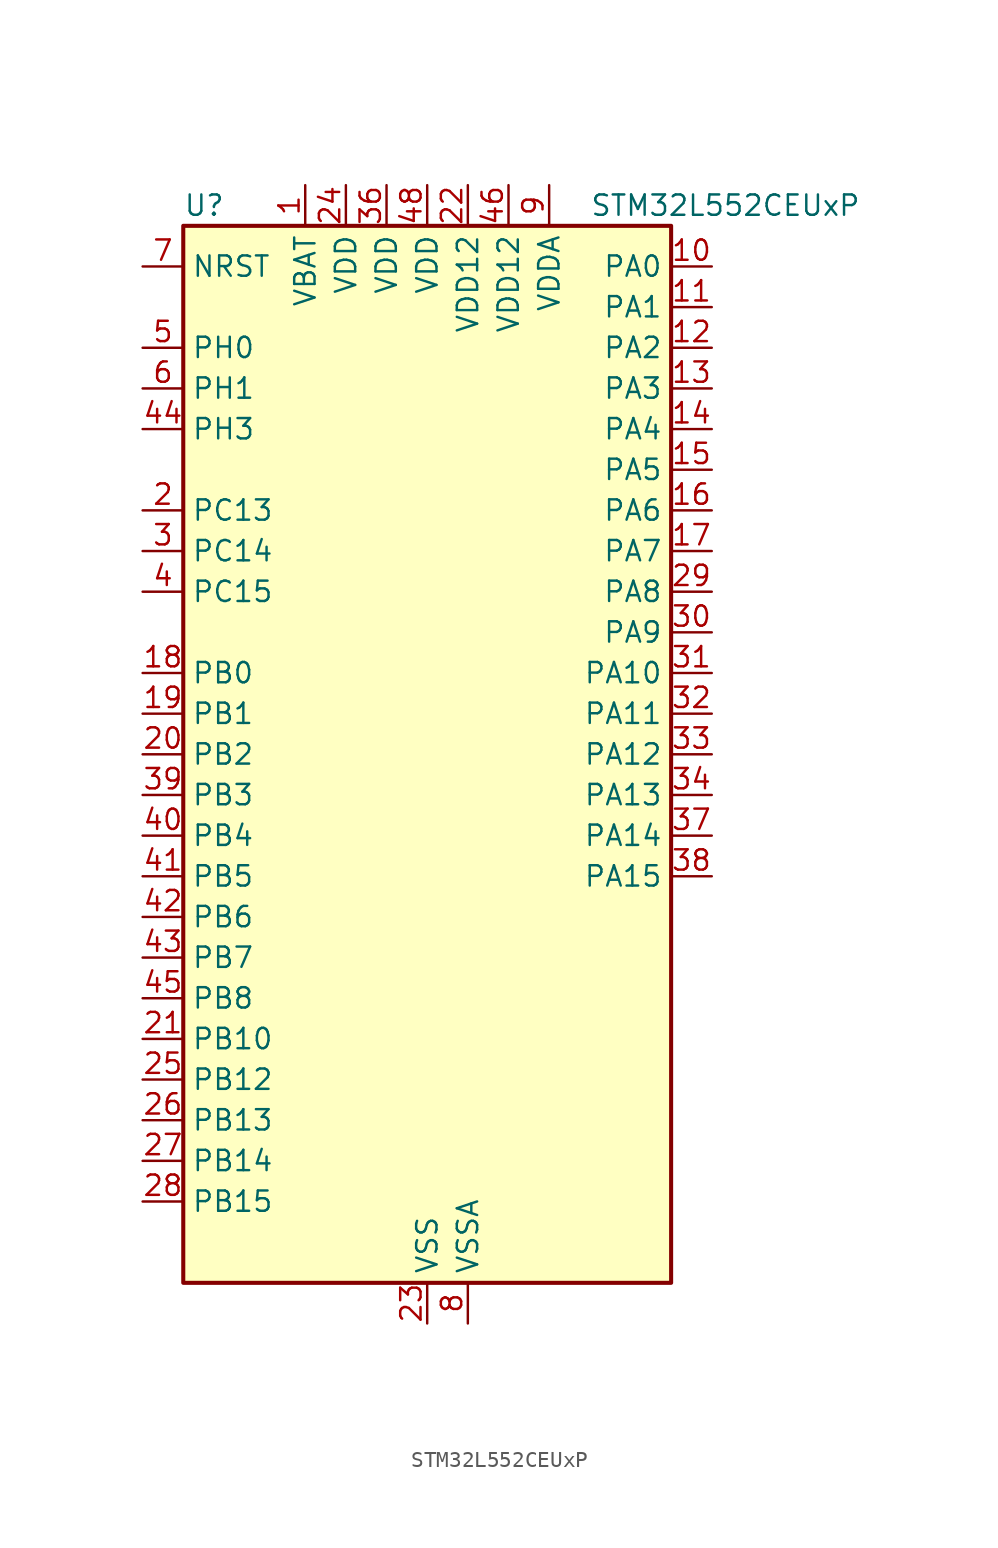
<source format=kicad_sym>
(kicad_symbol_lib
  (version 20231120)
  (generator "kicad_symbol_editor")
  (generator_version "8.0")
  (symbol "STM32L552CEUxP"
    (property "Reference" "U"
      (at -15.24 34.29 0)
      (effects (font (size 1.27 1.27)) (justify left)))
    (property "Value" "STM32L552CEUxP"
      (at 10.16 34.29 0)
      (effects (font (size 1.27 1.27)) (justify left)))
    (property "ki_locked" ""
      (at 0 0 0)
      (effects (font (size 1.27 1.27))))
    (symbol "STM32L552CEUxP_0_1"
      (rectangle (start -15.24 -33.02) (end 15.24 33.02) (stroke (width 0.254) (type default)) (fill (type background))))
    (symbol "STM32L552CEUxP_1_1"
      (pin power_in line (at -7.62 35.56 270) (length 2.54) (name "VBAT" (effects (font (size 1.27 1.27)))) (number "1" (effects (font (size 1.27 1.27)))))
      (pin bidirectional line (at 17.78 30.48 180) (length 2.54) (name "PA0" (effects (font (size 1.27 1.27)))) (number "10" (effects (font (size 1.27 1.27)))) (alternate "ADC1_IN5" bidirectional line) (alternate "ADC2_IN5" bidirectional line) (alternate "OPAMP1_VINP" bidirectional line) (alternate "PWR_WKUP1" bidirectional line) (alternate "SAI1_EXTCLK" bidirectional line) (alternate "TAMP_IN2" bidirectional line) (alternate "TAMP_OUT1" bidirectional line) (alternate "TIM2_CH1" bidirectional line) (alternate "TIM2_ETR" bidirectional line) (alternate "TIM5_CH1" bidirectional line) (alternate "TIM8_ETR" bidirectional line) (alternate "UART4_TX" bidirectional line) (alternate "USART2_CTS" bidirectional line) (alternate "USART2_NSS" bidirectional line))
      (pin bidirectional line (at 17.78 27.94 180) (length 2.54) (name "PA1" (effects (font (size 1.27 1.27)))) (number "11" (effects (font (size 1.27 1.27)))) (alternate "ADC1_IN6" bidirectional line) (alternate "ADC2_IN6" bidirectional line) (alternate "I2C1_SMBA" bidirectional line) (alternate "OCTOSPI1_DQS" bidirectional line) (alternate "OPAMP1_VINM" bidirectional line) (alternate "SPI1_SCK" bidirectional line) (alternate "TAMP_IN5" bidirectional line) (alternate "TAMP_OUT4" bidirectional line) (alternate "TIM15_CH1N" bidirectional line) (alternate "TIM2_CH2" bidirectional line) (alternate "TIM5_CH2" bidirectional line) (alternate "UART4_RX" bidirectional line) (alternate "USART2_DE" bidirectional line) (alternate "USART2_RTS" bidirectional line))
      (pin bidirectional line (at 17.78 25.4 180) (length 2.54) (name "PA2" (effects (font (size 1.27 1.27)))) (number "12" (effects (font (size 1.27 1.27)))) (alternate "ADC1_IN7" bidirectional line) (alternate "ADC2_IN7" bidirectional line) (alternate "COMP1_INP" bidirectional line) (alternate "LPUART1_TX" bidirectional line) (alternate "OCTOSPI1_NCS" bidirectional line) (alternate "PWR_WKUP4" bidirectional line) (alternate "RCC_LSCO" bidirectional line) (alternate "SAI2_EXTCLK" bidirectional line) (alternate "TIM15_CH1" bidirectional line) (alternate "TIM2_CH3" bidirectional line) (alternate "TIM5_CH3" bidirectional line) (alternate "UCPD1_FRSTX1" bidirectional line) (alternate "USART2_TX" bidirectional line))
      (pin bidirectional line (at 17.78 22.86 180) (length 2.54) (name "PA3" (effects (font (size 1.27 1.27)))) (number "13" (effects (font (size 1.27 1.27)))) (alternate "ADC1_IN8" bidirectional line) (alternate "ADC2_IN8" bidirectional line) (alternate "LPUART1_RX" bidirectional line) (alternate "OCTOSPI1_CLK" bidirectional line) (alternate "OPAMP1_VOUT" bidirectional line) (alternate "SAI1_CK1" bidirectional line) (alternate "SAI1_MCLK_A" bidirectional line) (alternate "TIM15_CH2" bidirectional line) (alternate "TIM2_CH4" bidirectional line) (alternate "TIM5_CH4" bidirectional line) (alternate "USART2_RX" bidirectional line))
      (pin bidirectional line (at 17.78 20.32 180) (length 2.54) (name "PA4" (effects (font (size 1.27 1.27)))) (number "14" (effects (font (size 1.27 1.27)))) (alternate "ADC1_IN9" bidirectional line) (alternate "ADC2_IN9" bidirectional line) (alternate "DAC1_OUT1" bidirectional line) (alternate "LPTIM2_OUT" bidirectional line) (alternate "OCTOSPI1_NCS" bidirectional line) (alternate "SAI1_FS_B" bidirectional line) (alternate "SPI1_NSS" bidirectional line) (alternate "SPI3_NSS" bidirectional line) (alternate "USART2_CK" bidirectional line))
      (pin bidirectional line (at 17.78 17.78 180) (length 2.54) (name "PA5" (effects (font (size 1.27 1.27)))) (number "15" (effects (font (size 1.27 1.27)))) (alternate "ADC1_IN10" bidirectional line) (alternate "ADC2_IN10" bidirectional line) (alternate "DAC1_OUT2" bidirectional line) (alternate "LPTIM2_ETR" bidirectional line) (alternate "SPI1_SCK" bidirectional line) (alternate "TIM2_CH1" bidirectional line) (alternate "TIM2_ETR" bidirectional line) (alternate "TIM8_CH1N" bidirectional line))
      (pin bidirectional line (at 17.78 15.24 180) (length 2.54) (name "PA6" (effects (font (size 1.27 1.27)))) (number "16" (effects (font (size 1.27 1.27)))) (alternate "ADC1_IN11" bidirectional line) (alternate "ADC2_IN11" bidirectional line) (alternate "LPUART1_CTS" bidirectional line) (alternate "OCTOSPI1_IO3" bidirectional line) (alternate "OPAMP2_VINP" bidirectional line) (alternate "SPI1_MISO" bidirectional line) (alternate "TIM16_CH1" bidirectional line) (alternate "TIM1_BKIN" bidirectional line) (alternate "TIM3_CH1" bidirectional line) (alternate "TIM8_BKIN" bidirectional line) (alternate "USART3_CTS" bidirectional line) (alternate "USART3_NSS" bidirectional line))
      (pin bidirectional line (at 17.78 12.7 180) (length 2.54) (name "PA7" (effects (font (size 1.27 1.27)))) (number "17" (effects (font (size 1.27 1.27)))) (alternate "ADC1_IN12" bidirectional line) (alternate "ADC2_IN12" bidirectional line) (alternate "I2C3_SCL" bidirectional line) (alternate "OCTOSPI1_IO2" bidirectional line) (alternate "OPAMP2_VINM" bidirectional line) (alternate "SPI1_MOSI" bidirectional line) (alternate "TIM17_CH1" bidirectional line) (alternate "TIM1_CH1N" bidirectional line) (alternate "TIM3_CH2" bidirectional line) (alternate "TIM8_CH1N" bidirectional line))
      (pin bidirectional line (at -17.78 5.08 0) (length 2.54) (name "PB0" (effects (font (size 1.27 1.27)))) (number "18" (effects (font (size 1.27 1.27)))) (alternate "ADC1_IN15" bidirectional line) (alternate "ADC2_IN15" bidirectional line) (alternate "COMP1_OUT" bidirectional line) (alternate "OCTOSPI1_IO1" bidirectional line) (alternate "OPAMP2_VOUT" bidirectional line) (alternate "SAI1_EXTCLK" bidirectional line) (alternate "SPI1_NSS" bidirectional line) (alternate "TIM1_CH2N" bidirectional line) (alternate "TIM3_CH3" bidirectional line) (alternate "TIM8_CH2N" bidirectional line) (alternate "USART3_CK" bidirectional line))
      (pin bidirectional line (at -17.78 2.54 0) (length 2.54) (name "PB1" (effects (font (size 1.27 1.27)))) (number "19" (effects (font (size 1.27 1.27)))) (alternate "ADC1_IN16" bidirectional line) (alternate "ADC2_IN16" bidirectional line) (alternate "COMP1_INM" bidirectional line) (alternate "DFSDM1_DATIN0" bidirectional line) (alternate "LPTIM2_IN1" bidirectional line) (alternate "LPUART1_DE" bidirectional line) (alternate "LPUART1_RTS" bidirectional line) (alternate "OCTOSPI1_IO0" bidirectional line) (alternate "TIM1_CH3N" bidirectional line) (alternate "TIM3_CH4" bidirectional line) (alternate "TIM8_CH3N" bidirectional line) (alternate "USART3_DE" bidirectional line) (alternate "USART3_RTS" bidirectional line))
      (pin bidirectional line (at -17.78 15.24 0) (length 2.54) (name "PC13" (effects (font (size 1.27 1.27)))) (number "2" (effects (font (size 1.27 1.27)))) (alternate "PWR_WKUP2" bidirectional line) (alternate "RTC_OUT1" bidirectional line) (alternate "RTC_TS" bidirectional line) (alternate "TAMP_IN1" bidirectional line) (alternate "TAMP_OUT2" bidirectional line))
      (pin bidirectional line (at -17.78 0 0) (length 2.54) (name "PB2" (effects (font (size 1.27 1.27)))) (number "20" (effects (font (size 1.27 1.27)))) (alternate "COMP1_INP" bidirectional line) (alternate "DFSDM1_CKIN0" bidirectional line) (alternate "I2C3_SMBA" bidirectional line) (alternate "LPTIM1_OUT" bidirectional line) (alternate "OCTOSPI1_DQS" bidirectional line) (alternate "RTC_OUT2" bidirectional line) (alternate "UCPD1_FRSTX1" bidirectional line))
      (pin bidirectional line (at -17.78 -17.78 0) (length 2.54) (name "PB10" (effects (font (size 1.27 1.27)))) (number "21" (effects (font (size 1.27 1.27)))) (alternate "COMP1_OUT" bidirectional line) (alternate "I2C2_SCL" bidirectional line) (alternate "I2C4_SCL" bidirectional line) (alternate "LPTIM3_OUT" bidirectional line) (alternate "LPUART1_RX" bidirectional line) (alternate "OCTOSPI1_CLK" bidirectional line) (alternate "SAI1_SCK_A" bidirectional line) (alternate "SPI2_SCK" bidirectional line) (alternate "TIM2_CH3" bidirectional line) (alternate "TSC_SYNC" bidirectional line) (alternate "USART3_TX" bidirectional line))
      (pin power_in line (at 2.54 35.56 270) (length 2.54) (name "VDD12" (effects (font (size 1.27 1.27)))) (number "22" (effects (font (size 1.27 1.27)))))
      (pin power_in line (at 0 -35.56 90) (length 2.54) (name "VSS" (effects (font (size 1.27 1.27)))) (number "23" (effects (font (size 1.27 1.27)))))
      (pin power_in line (at -5.08 35.56 270) (length 2.54) (name "VDD" (effects (font (size 1.27 1.27)))) (number "24" (effects (font (size 1.27 1.27)))))
      (pin bidirectional line (at -17.78 -20.32 0) (length 2.54) (name "PB12" (effects (font (size 1.27 1.27)))) (number "25" (effects (font (size 1.27 1.27)))) (alternate "DFSDM1_DATIN1" bidirectional line) (alternate "I2C2_SMBA" bidirectional line) (alternate "LPUART1_DE" bidirectional line) (alternate "LPUART1_RTS" bidirectional line) (alternate "OCTOSPI1_NCLK" bidirectional line) (alternate "SAI2_FS_A" bidirectional line) (alternate "SPI2_NSS" bidirectional line) (alternate "TIM15_BKIN" bidirectional line) (alternate "TIM1_BKIN" bidirectional line) (alternate "TSC_G1_IO1" bidirectional line) (alternate "USART3_CK" bidirectional line))
      (pin bidirectional line (at -17.78 -22.86 0) (length 2.54) (name "PB13" (effects (font (size 1.27 1.27)))) (number "26" (effects (font (size 1.27 1.27)))) (alternate "DFSDM1_CKIN1" bidirectional line) (alternate "I2C2_SCL" bidirectional line) (alternate "LPTIM3_IN1" bidirectional line) (alternate "LPUART1_CTS" bidirectional line) (alternate "SAI2_SCK_A" bidirectional line) (alternate "SPI2_SCK" bidirectional line) (alternate "TIM15_CH1N" bidirectional line) (alternate "TIM1_CH1N" bidirectional line) (alternate "TSC_G1_IO2" bidirectional line) (alternate "UCPD1_FRSTX2" bidirectional line) (alternate "USART3_CTS" bidirectional line) (alternate "USART3_NSS" bidirectional line))
      (pin bidirectional line (at -17.78 -25.4 0) (length 2.54) (name "PB14" (effects (font (size 1.27 1.27)))) (number "27" (effects (font (size 1.27 1.27)))) (alternate "DFSDM1_DATIN2" bidirectional line) (alternate "I2C2_SDA" bidirectional line) (alternate "LPTIM3_ETR" bidirectional line) (alternate "SAI2_MCLK_A" bidirectional line) (alternate "SPI2_MISO" bidirectional line) (alternate "TIM15_CH1" bidirectional line) (alternate "TIM1_CH2N" bidirectional line) (alternate "TIM8_CH2N" bidirectional line) (alternate "TSC_G1_IO3" bidirectional line) (alternate "UCPD1_DBCC2" bidirectional line) (alternate "USART3_DE" bidirectional line) (alternate "USART3_RTS" bidirectional line))
      (pin bidirectional line (at -17.78 -27.94 0) (length 2.54) (name "PB15" (effects (font (size 1.27 1.27)))) (number "28" (effects (font (size 1.27 1.27)))) (alternate "ADC1_EXTI15" bidirectional line) (alternate "ADC2_EXTI15" bidirectional line) (alternate "DFSDM1_CKIN2" bidirectional line) (alternate "RTC_REFIN" bidirectional line) (alternate "SAI2_SD_A" bidirectional line) (alternate "SPI2_MOSI" bidirectional line) (alternate "TIM15_CH2" bidirectional line) (alternate "TIM1_CH3N" bidirectional line) (alternate "TIM8_CH3N" bidirectional line) (alternate "UCPD1_CC2" bidirectional line))
      (pin bidirectional line (at 17.78 10.16 180) (length 2.54) (name "PA8" (effects (font (size 1.27 1.27)))) (number "29" (effects (font (size 1.27 1.27)))) (alternate "LPTIM2_OUT" bidirectional line) (alternate "RCC_MCO" bidirectional line) (alternate "SAI1_CK2" bidirectional line) (alternate "SAI1_SCK_A" bidirectional line) (alternate "TIM1_CH1" bidirectional line) (alternate "USART1_CK" bidirectional line))
      (pin bidirectional line (at -17.78 12.7 0) (length 2.54) (name "PC14" (effects (font (size 1.27 1.27)))) (number "3" (effects (font (size 1.27 1.27)))) (alternate "RCC_OSC32_IN" bidirectional line))
      (pin bidirectional line (at 17.78 7.62 180) (length 2.54) (name "PA9" (effects (font (size 1.27 1.27)))) (number "30" (effects (font (size 1.27 1.27)))) (alternate "DAC1_EXTI9" bidirectional line) (alternate "SAI1_FS_A" bidirectional line) (alternate "SPI2_SCK" bidirectional line) (alternate "TIM15_BKIN" bidirectional line) (alternate "TIM1_CH2" bidirectional line) (alternate "USART1_TX" bidirectional line))
      (pin bidirectional line (at 17.78 5.08 180) (length 2.54) (name "PA10" (effects (font (size 1.27 1.27)))) (number "31" (effects (font (size 1.27 1.27)))) (alternate "CRS_SYNC" bidirectional line) (alternate "SAI1_D1" bidirectional line) (alternate "SAI1_SD_A" bidirectional line) (alternate "TIM17_BKIN" bidirectional line) (alternate "TIM1_CH3" bidirectional line) (alternate "USART1_RX" bidirectional line))
      (pin bidirectional line (at 17.78 2.54 180) (length 2.54) (name "PA11" (effects (font (size 1.27 1.27)))) (number "32" (effects (font (size 1.27 1.27)))) (alternate "ADC1_EXTI11" bidirectional line) (alternate "ADC2_EXTI11" bidirectional line) (alternate "FDCAN1_RX" bidirectional line) (alternate "SPI1_MISO" bidirectional line) (alternate "TIM1_BKIN2" bidirectional line) (alternate "TIM1_CH4" bidirectional line) (alternate "USART1_CTS" bidirectional line) (alternate "USART1_NSS" bidirectional line) (alternate "USB_DM" bidirectional line))
      (pin bidirectional line (at 17.78 0 180) (length 2.54) (name "PA12" (effects (font (size 1.27 1.27)))) (number "33" (effects (font (size 1.27 1.27)))) (alternate "FDCAN1_TX" bidirectional line) (alternate "SPI1_MOSI" bidirectional line) (alternate "TIM1_ETR" bidirectional line) (alternate "USART1_DE" bidirectional line) (alternate "USART1_RTS" bidirectional line) (alternate "USB_DP" bidirectional line))
      (pin bidirectional line (at 17.78 -2.54 180) (length 2.54) (name "PA13" (effects (font (size 1.27 1.27)))) (number "34" (effects (font (size 1.27 1.27)))) (alternate "DEBUG_JTMS-SWDIO" bidirectional line) (alternate "IR_OUT" bidirectional line) (alternate "SAI1_SD_B" bidirectional line) (alternate "USB_NOE" bidirectional line))
      (pin passive line (at 0 -35.56 90) (length 2.54) hide (name "VSS" (effects (font (size 1.27 1.27)))) (number "35" (effects (font (size 1.27 1.27)))))
      (pin power_in line (at -2.54 35.56 270) (length 2.54) (name "VDD" (effects (font (size 1.27 1.27)))) (number "36" (effects (font (size 1.27 1.27)))))
      (pin bidirectional line (at 17.78 -5.08 180) (length 2.54) (name "PA14" (effects (font (size 1.27 1.27)))) (number "37" (effects (font (size 1.27 1.27)))) (alternate "DEBUG_JTCK-SWCLK" bidirectional line) (alternate "I2C1_SMBA" bidirectional line) (alternate "I2C4_SMBA" bidirectional line) (alternate "LPTIM1_OUT" bidirectional line) (alternate "SAI1_FS_B" bidirectional line))
      (pin bidirectional line (at 17.78 -7.62 180) (length 2.54) (name "PA15" (effects (font (size 1.27 1.27)))) (number "38" (effects (font (size 1.27 1.27)))) (alternate "ADC1_EXTI15" bidirectional line) (alternate "ADC2_EXTI15" bidirectional line) (alternate "DEBUG_JTDI" bidirectional line) (alternate "SAI2_FS_B" bidirectional line) (alternate "SPI1_NSS" bidirectional line) (alternate "SPI3_NSS" bidirectional line) (alternate "TIM2_CH1" bidirectional line) (alternate "TIM2_ETR" bidirectional line) (alternate "UART4_DE" bidirectional line) (alternate "UART4_RTS" bidirectional line) (alternate "UCPD1_CC1" bidirectional line) (alternate "USART2_RX" bidirectional line) (alternate "USART3_DE" bidirectional line) (alternate "USART3_RTS" bidirectional line))
      (pin bidirectional line (at -17.78 -2.54 0) (length 2.54) (name "PB3" (effects (font (size 1.27 1.27)))) (number "39" (effects (font (size 1.27 1.27)))) (alternate "COMP2_INM" bidirectional line) (alternate "CRS_SYNC" bidirectional line) (alternate "DEBUG_JTDO-SWO" bidirectional line) (alternate "SAI1_SCK_B" bidirectional line) (alternate "SPI1_SCK" bidirectional line) (alternate "SPI3_SCK" bidirectional line) (alternate "TIM2_CH2" bidirectional line) (alternate "USART1_DE" bidirectional line) (alternate "USART1_RTS" bidirectional line))
      (pin bidirectional line (at -17.78 10.16 0) (length 2.54) (name "PC15" (effects (font (size 1.27 1.27)))) (number "4" (effects (font (size 1.27 1.27)))) (alternate "ADC1_EXTI15" bidirectional line) (alternate "ADC2_EXTI15" bidirectional line) (alternate "RCC_OSC32_OUT" bidirectional line))
      (pin bidirectional line (at -17.78 -5.08 0) (length 2.54) (name "PB4" (effects (font (size 1.27 1.27)))) (number "40" (effects (font (size 1.27 1.27)))) (alternate "COMP2_INP" bidirectional line) (alternate "DEBUG_JTRST" bidirectional line) (alternate "I2C3_SDA" bidirectional line) (alternate "SAI1_MCLK_B" bidirectional line) (alternate "SPI1_MISO" bidirectional line) (alternate "SPI3_MISO" bidirectional line) (alternate "TIM17_BKIN" bidirectional line) (alternate "TIM3_CH1" bidirectional line) (alternate "TSC_G2_IO1" bidirectional line) (alternate "USART1_CTS" bidirectional line) (alternate "USART1_NSS" bidirectional line))
      (pin bidirectional line (at -17.78 -7.62 0) (length 2.54) (name "PB5" (effects (font (size 1.27 1.27)))) (number "41" (effects (font (size 1.27 1.27)))) (alternate "COMP2_OUT" bidirectional line) (alternate "I2C1_SMBA" bidirectional line) (alternate "LPTIM1_IN1" bidirectional line) (alternate "OCTOSPI1_NCLK" bidirectional line) (alternate "SAI1_SD_B" bidirectional line) (alternate "SPI1_MOSI" bidirectional line) (alternate "SPI3_MOSI" bidirectional line) (alternate "TIM16_BKIN" bidirectional line) (alternate "TIM3_CH2" bidirectional line) (alternate "TSC_G2_IO2" bidirectional line) (alternate "UCPD1_DBCC1" bidirectional line) (alternate "USART1_CK" bidirectional line))
      (pin bidirectional line (at -17.78 -10.16 0) (length 2.54) (name "PB6" (effects (font (size 1.27 1.27)))) (number "42" (effects (font (size 1.27 1.27)))) (alternate "COMP2_INP" bidirectional line) (alternate "I2C1_SCL" bidirectional line) (alternate "I2C4_SCL" bidirectional line) (alternate "LPTIM1_ETR" bidirectional line) (alternate "SAI1_FS_B" bidirectional line) (alternate "TIM16_CH1N" bidirectional line) (alternate "TIM4_CH1" bidirectional line) (alternate "TIM8_BKIN2" bidirectional line) (alternate "TSC_G2_IO3" bidirectional line) (alternate "USART1_TX" bidirectional line))
      (pin bidirectional line (at -17.78 -12.7 0) (length 2.54) (name "PB7" (effects (font (size 1.27 1.27)))) (number "43" (effects (font (size 1.27 1.27)))) (alternate "COMP2_INM" bidirectional line) (alternate "I2C1_SDA" bidirectional line) (alternate "I2C4_SDA" bidirectional line) (alternate "LPTIM1_IN2" bidirectional line) (alternate "PWR_PVD_IN" bidirectional line) (alternate "TIM17_CH1N" bidirectional line) (alternate "TIM4_CH2" bidirectional line) (alternate "TIM8_BKIN" bidirectional line) (alternate "TSC_G2_IO4" bidirectional line) (alternate "UART4_CTS" bidirectional line) (alternate "USART1_RX" bidirectional line))
      (pin bidirectional line (at -17.78 20.32 0) (length 2.54) (name "PH3" (effects (font (size 1.27 1.27)))) (number "44" (effects (font (size 1.27 1.27)))))
      (pin bidirectional line (at -17.78 -15.24 0) (length 2.54) (name "PB8" (effects (font (size 1.27 1.27)))) (number "45" (effects (font (size 1.27 1.27)))) (alternate "DFSDM1_CKOUT" bidirectional line) (alternate "FDCAN1_RX" bidirectional line) (alternate "I2C1_SCL" bidirectional line) (alternate "SAI1_CK1" bidirectional line) (alternate "SAI1_MCLK_A" bidirectional line) (alternate "TIM16_CH1" bidirectional line) (alternate "TIM4_CH3" bidirectional line))
      (pin power_in line (at 5.08 35.56 270) (length 2.54) (name "VDD12" (effects (font (size 1.27 1.27)))) (number "46" (effects (font (size 1.27 1.27)))))
      (pin passive line (at 0 -35.56 90) (length 2.54) hide (name "VSS" (effects (font (size 1.27 1.27)))) (number "47" (effects (font (size 1.27 1.27)))))
      (pin power_in line (at 0 35.56 270) (length 2.54) (name "VDD" (effects (font (size 1.27 1.27)))) (number "48" (effects (font (size 1.27 1.27)))))
      (pin passive line (at 0 -35.56 90) (length 2.54) hide (name "VSS" (effects (font (size 1.27 1.27)))) (number "49" (effects (font (size 1.27 1.27)))))
      (pin bidirectional line (at -17.78 25.4 0) (length 2.54) (name "PH0" (effects (font (size 1.27 1.27)))) (number "5" (effects (font (size 1.27 1.27)))) (alternate "RCC_OSC_IN" bidirectional line))
      (pin bidirectional line (at -17.78 22.86 0) (length 2.54) (name "PH1" (effects (font (size 1.27 1.27)))) (number "6" (effects (font (size 1.27 1.27)))) (alternate "RCC_OSC_OUT" bidirectional line))
      (pin input line (at -17.78 30.48 0) (length 2.54) (name "NRST" (effects (font (size 1.27 1.27)))) (number "7" (effects (font (size 1.27 1.27)))))
      (pin power_in line (at 2.54 -35.56 90) (length 2.54) (name "VSSA" (effects (font (size 1.27 1.27)))) (number "8" (effects (font (size 1.27 1.27)))))
      (pin power_in line (at 7.62 35.56 270) (length 2.54) (name "VDDA" (effects (font (size 1.27 1.27)))) (number "9" (effects (font (size 1.27 1.27)))) (alternate "VREFBUF_OUT" bidirectional line)))))
</source>
